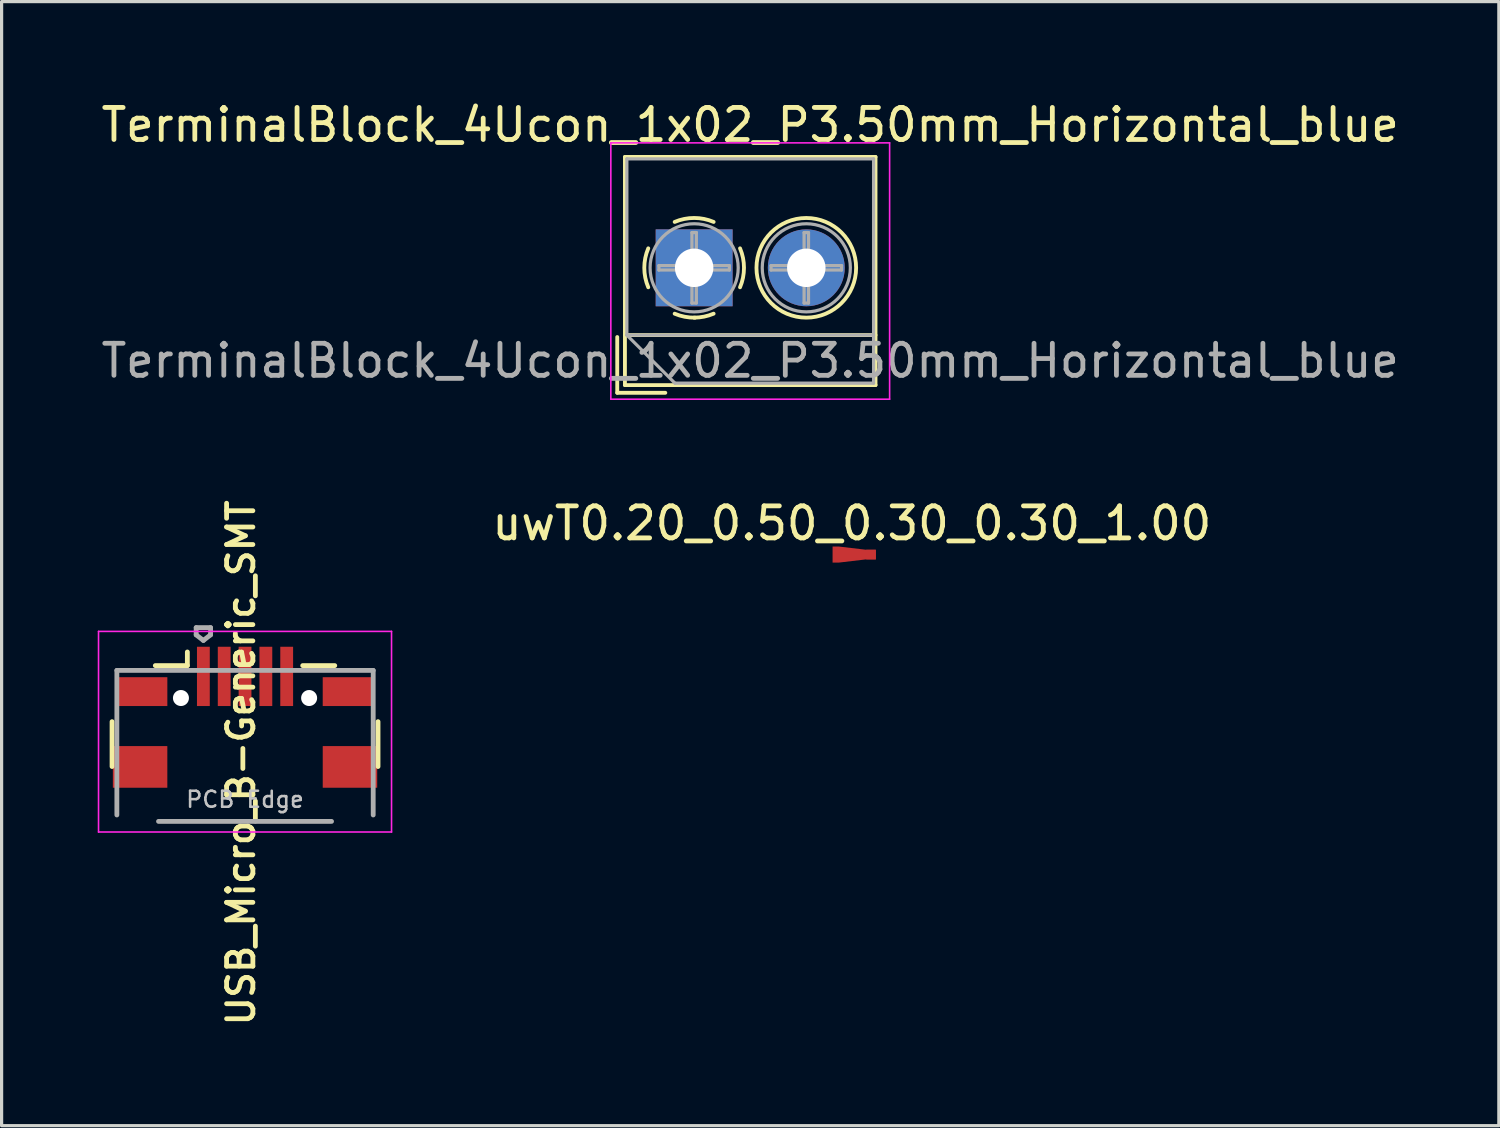
<source format=kicad_pcb>
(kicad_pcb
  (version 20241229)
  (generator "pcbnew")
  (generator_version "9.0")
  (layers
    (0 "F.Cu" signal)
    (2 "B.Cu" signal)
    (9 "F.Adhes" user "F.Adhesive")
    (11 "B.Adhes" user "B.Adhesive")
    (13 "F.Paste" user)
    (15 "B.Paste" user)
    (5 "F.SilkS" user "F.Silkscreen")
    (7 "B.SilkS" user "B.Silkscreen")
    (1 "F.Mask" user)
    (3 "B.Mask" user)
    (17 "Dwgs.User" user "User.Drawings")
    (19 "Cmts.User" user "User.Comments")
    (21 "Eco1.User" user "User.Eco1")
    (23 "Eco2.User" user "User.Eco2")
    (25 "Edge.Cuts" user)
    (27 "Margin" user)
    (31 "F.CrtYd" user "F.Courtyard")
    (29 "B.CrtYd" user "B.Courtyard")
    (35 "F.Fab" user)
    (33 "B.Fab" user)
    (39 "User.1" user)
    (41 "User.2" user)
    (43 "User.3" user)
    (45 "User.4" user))
  (footprint "USB_Micro_B-Generic_SMT"
    (layer "F.Cu")
    (at 4.597 20.884)
    (property "Reference" "USB_Micro_B-Generic_SMT" (at -0.127 -0.127 270) (layer "F.SilkS") (effects (font (size 0.82 0.82) (thickness 0.15))))
    (attr through_hole)
    (fp_line (start -4.15 -1.412) (end -4.15 -0.012) (stroke (width 0.15) (type solid)) (layer "F.SilkS"))
    (fp_line (start -1.8 -3.587) (end -1.8 -3.162) (stroke (width 0.15) (type solid)) (layer "F.SilkS"))
    (fp_line (start -1.8 -3.162) (end -2.8 -3.162) (stroke (width 0.15) (type solid)) (layer "F.SilkS"))
    (fp_line (start 1.8 -3.162) (end 2.8 -3.162) (stroke (width 0.15) (type solid)) (layer "F.SilkS"))
    (fp_line (start 4.15 -0.012) (end 4.15 -1.412) (stroke (width 0.15) (type solid)) (layer "F.SilkS"))
    (fp_line (start -4.572 -4.229) (end -4.572 2.032) (stroke (width 0.05) (type solid)) (layer "F.CrtYd"))
    (fp_line (start -4.572 2.032) (end 4.572 2.032) (stroke (width 0.05) (type solid)) (layer "F.CrtYd"))
    (fp_line (start 4.572 -4.229) (end -4.572 -4.229) (stroke (width 0.05) (type solid)) (layer "F.CrtYd"))
    (fp_line (start 4.572 2.032) (end 4.572 -4.229) (stroke (width 0.05) (type solid)) (layer "F.CrtYd"))
    (fp_line (start -4 -3.012) (end -4 1.5) (stroke (width 0.15) (type solid)) (layer "F.Fab"))
    (fp_line (start -2.7 1.7) (end 2.7 1.7) (stroke (width 0.15) (type solid)) (layer "F.Fab"))
    (fp_line (start -1.525 -4.347) (end -1.075 -4.347) (stroke (width 0.15) (type solid)) (layer "F.Fab"))
    (fp_line (start -1.525 -4.122) (end -1.525 -4.347) (stroke (width 0.15) (type solid)) (layer "F.Fab"))
    (fp_line (start -1.3 -3.947) (end -1.525 -4.122) (stroke (width 0.15) (type solid)) (layer "F.Fab"))
    (fp_line (start -1.075 -4.347) (end -1.075 -4.122) (stroke (width 0.15) (type solid)) (layer "F.Fab"))
    (fp_line (start -1.075 -4.122) (end -1.3 -3.947) (stroke (width 0.15) (type solid)) (layer "F.Fab"))
    (fp_line (start 4 -3.012) (end -4 -3.012) (stroke (width 0.15) (type solid)) (layer "F.Fab"))
    (fp_line (start 4 1.5) (end 4 -3.012) (stroke (width 0.15) (type solid)) (layer "F.Fab"))
    (fp_text user "PCB Edge" (at 0 1.016 0) (layer "Dwgs.User") (effects (font (size 0.5 0.5) (thickness 0.08))))
    (pad "" np_thru_hole oval (at -2 -2.15) (size 0.5 0.5) (drill 0.5) (layers "*.Cu" "*.Mask"))
    (pad "" np_thru_hole oval (at 2 -2.15) (size 0.5 0.5) (drill 0.5) (layers "*.Cu" "*.Mask"))
    (pad "1" smd rect (at -1.3 -2.825) (size 0.4 1.85) (layers "F.Cu" "F.Mask" "F.Paste"))
    (pad "2" smd rect (at -0.65 -2.825) (size 0.4 1.85) (layers "F.Cu" "F.Mask" "F.Paste"))
    (pad "3" smd rect (at 0 -2.825) (size 0.4 1.85) (layers "F.Cu" "F.Mask" "F.Paste"))
    (pad "4" smd rect (at 0.65 -2.825) (size 0.4 1.85) (layers "F.Cu" "F.Mask" "F.Paste"))
    (pad "5" smd rect (at 1.3 -2.825) (size 0.4 1.85) (layers "F.Cu" "F.Mask" "F.Paste"))
    (pad "6" smd rect (at -3.275 0) (size 1.7 1.3) (layers "F.Cu" "F.Mask" "F.Paste"))
    (pad "6" smd rect (at -3.237 -2.35) (size 1.625 0.9) (layers "F.Cu" "F.Mask" "F.Paste"))
    (pad "6" smd rect (at 3.237 -2.35) (size 1.625 0.9) (layers "F.Cu" "F.Mask" "F.Paste"))
    (pad "6" smd rect (at 3.275 0) (size 1.7 1.3) (layers "F.Cu" "F.Mask" "F.Paste")))
  (footprint "uwT0.20_0.50_0.30_0.30_1.00"
    (layer "F.Cu")
    (at 23.033 14.257)
    (property "Reference" "uwT0.20_0.50_0.30_0.30_1.00" (at 0.5 -0.975 0) (layer "F.SilkS") (effects (font (size 1 1) (thickness 0.15))))
    (attr exclude_from_pos_files exclude_from_bom)
    (pad "1" smd custom (at 0 0) (size 0.2 0.5) (layers "F.Cu") (options (anchor rect)) (primitives (gr_poly (pts (xy -0.1 -0.25) (xy 0.1 -0.25) (xy 0.95 -0.15) (xy 1.25 -0.15) (xy 1.25 0.15) (xy 0.95 0.15) (xy 0.1 0.25) (xy -0.1 0.25)) (width 0) (fill yes))))
    (pad "1" smd rect (at 1.1 0) (size 0.3 0.3) (layers "F.Cu")))
  (footprint "TerminalBlock_4Ucon_1x02_P3.50mm_Horizontal_blue"
    (layer "F.Cu")
    (at 18.613 5.308)
    (property "Reference" "TerminalBlock_4Ucon_1x02_P3.50mm_Horizontal_blue" (at 1.75 -4.46 0) (layer "F.SilkS") (effects (font (size 1 1) (thickness 0.15))))
    (attr through_hole)
    (fp_line (start -2.4 2.16) (end -2.4 3.9) (stroke (width 0.12) (type solid)) (layer "F.SilkS"))
    (fp_line (start -2.4 3.9) (end -0.9 3.9) (stroke (width 0.12) (type solid)) (layer "F.SilkS"))
    (fp_line (start -2.16 -3.46) (end -2.16 3.66) (stroke (width 0.12) (type solid)) (layer "F.SilkS"))
    (fp_line (start -2.16 -3.46) (end 5.66 -3.46) (stroke (width 0.12) (type solid)) (layer "F.SilkS"))
    (fp_line (start -2.16 2.1) (end 5.66 2.1) (stroke (width 0.12) (type solid)) (layer "F.SilkS"))
    (fp_line (start -2.16 3.66) (end 5.66 3.66) (stroke (width 0.12) (type solid)) (layer "F.SilkS"))
    (fp_line (start 5.66 -3.46) (end 5.66 3.66) (stroke (width 0.12) (type solid)) (layer "F.SilkS"))
    (fp_arc (start -1.432109 0.607742) (mid -1.555727 -0.00014) (end -1.432 -0.608) (stroke (width 0.12) (type solid)) (layer "F.SilkS"))
    (fp_arc (start -0.607742 -1.432109) (mid 0.00014 -1.555727) (end 0.608 -1.432) (stroke (width 0.12) (type solid)) (layer "F.SilkS"))
    (fp_arc (start 0.027011 1.555493) (mid -0.296984 1.527118) (end -0.608 1.432) (stroke (width 0.12) (type solid)) (layer "F.SilkS"))
    (fp_arc (start 0.607587 1.431385) (mid 0.310017 1.523783) (end 0 1.555) (stroke (width 0.12) (type solid)) (layer "F.SilkS"))
    (fp_arc (start 1.432109 -0.607742) (mid 1.555727 0.00014) (end 1.432 0.608) (stroke (width 0.12) (type solid)) (layer "F.SilkS"))
    (fp_circle (center 3.5 0) (end 5.055 0) (stroke (width 0.12) (type solid)) (fill no) (layer "F.SilkS"))
    (fp_line (start -2.6 -3.9) (end -2.6 4.1) (stroke (width 0.05) (type solid)) (layer "F.CrtYd"))
    (fp_line (start -2.6 4.1) (end 6.1 4.1) (stroke (width 0.05) (type solid)) (layer "F.CrtYd"))
    (fp_line (start 6.1 -3.9) (end -2.6 -3.9) (stroke (width 0.05) (type solid)) (layer "F.CrtYd"))
    (fp_line (start 6.1 4.1) (end 6.1 -3.9) (stroke (width 0.05) (type solid)) (layer "F.CrtYd"))
    (fp_line (start -2.1 -3.4) (end 5.6 -3.4) (stroke (width 0.1) (type solid)) (layer "F.Fab"))
    (fp_line (start -2.1 2.1) (end -2.1 -3.4) (stroke (width 0.1) (type solid)) (layer "F.Fab"))
    (fp_line (start -2.1 2.1) (end 5.6 2.1) (stroke (width 0.1) (type solid)) (layer "F.Fab"))
    (fp_line (start -1.1 -0.069) (end -0.069 -0.069) (stroke (width 0.1) (type solid)) (layer "F.Fab"))
    (fp_line (start -1.1 0.069) (end -1.1 -0.069) (stroke (width 0.1) (type solid)) (layer "F.Fab"))
    (fp_line (start -0.6 3.6) (end -2.1 2.1) (stroke (width 0.1) (type solid)) (layer "F.Fab"))
    (fp_line (start -0.069 -1.1) (end 0.069 -1.1) (stroke (width 0.1) (type solid)) (layer "F.Fab"))
    (fp_line (start -0.069 -0.069) (end -0.069 -1.1) (stroke (width 0.1) (type solid)) (layer "F.Fab"))
    (fp_line (start -0.069 0.069) (end -1.1 0.069) (stroke (width 0.1) (type solid)) (layer "F.Fab"))
    (fp_line (start -0.069 1.1) (end -0.069 0.069) (stroke (width 0.1) (type solid)) (layer "F.Fab"))
    (fp_line (start 0.069 -1.1) (end 0.069 -0.069) (stroke (width 0.1) (type solid)) (layer "F.Fab"))
    (fp_line (start 0.069 -0.069) (end 1.1 -0.069) (stroke (width 0.1) (type solid)) (layer "F.Fab"))
    (fp_line (start 0.069 0.069) (end 0.069 1.1) (stroke (width 0.1) (type solid)) (layer "F.Fab"))
    (fp_line (start 0.069 1.1) (end -0.069 1.1) (stroke (width 0.1) (type solid)) (layer "F.Fab"))
    (fp_line (start 1.1 -0.069) (end 1.1 0.069) (stroke (width 0.1) (type solid)) (layer "F.Fab"))
    (fp_line (start 1.1 0.069) (end 0.069 0.069) (stroke (width 0.1) (type solid)) (layer "F.Fab"))
    (fp_line (start 2.4 -0.069) (end 3.431 -0.069) (stroke (width 0.1) (type solid)) (layer "F.Fab"))
    (fp_line (start 2.4 0.069) (end 2.4 -0.069) (stroke (width 0.1) (type solid)) (layer "F.Fab"))
    (fp_line (start 3.431 -1.1) (end 3.569 -1.1) (stroke (width 0.1) (type solid)) (layer "F.Fab"))
    (fp_line (start 3.431 -0.069) (end 3.431 -1.1) (stroke (width 0.1) (type solid)) (layer "F.Fab"))
    (fp_line (start 3.431 0.069) (end 2.4 0.069) (stroke (width 0.1) (type solid)) (layer "F.Fab"))
    (fp_line (start 3.431 1.1) (end 3.431 0.069) (stroke (width 0.1) (type solid)) (layer "F.Fab"))
    (fp_line (start 3.569 -1.1) (end 3.569 -0.069) (stroke (width 0.1) (type solid)) (layer "F.Fab"))
    (fp_line (start 3.569 -0.069) (end 4.6 -0.069) (stroke (width 0.1) (type solid)) (layer "F.Fab"))
    (fp_line (start 3.569 0.069) (end 3.569 1.1) (stroke (width 0.1) (type solid)) (layer "F.Fab"))
    (fp_line (start 3.569 1.1) (end 3.431 1.1) (stroke (width 0.1) (type solid)) (layer "F.Fab"))
    (fp_line (start 4.6 -0.069) (end 4.6 0.069) (stroke (width 0.1) (type solid)) (layer "F.Fab"))
    (fp_line (start 4.6 0.069) (end 3.569 0.069) (stroke (width 0.1) (type solid)) (layer "F.Fab"))
    (fp_line (start 5.6 -3.4) (end 5.6 3.6) (stroke (width 0.1) (type solid)) (layer "F.Fab"))
    (fp_line (start 5.6 3.6) (end -0.6 3.6) (stroke (width 0.1) (type solid)) (layer "F.Fab"))
    (fp_circle (center 0 0) (end 1.375 0) (stroke (width 0.1) (type solid)) (fill no) (layer "F.Fab"))
    (fp_circle (center 3.5 0) (end 4.875 0) (stroke (width 0.1) (type solid)) (fill no) (layer "F.Fab"))
    (fp_text user "${REFERENCE}" (at 1.75 2.9 0) (layer "F.Fab") (effects (font (size 1 1) (thickness 0.15))))
    (pad "1" thru_hole rect (at 0 0) (size 2.4 2.4) (drill 1.2) (layers "*.Cu" "*.Mask"))
    (pad "2" thru_hole circle (at 3.5 0) (size 2.4 2.4) (drill 1.2) (layers "*.Cu" "*.Mask")))
  (gr_rect
    (start -3 -3)
    (end 43.726 32.08)
    (stroke (width 0.1) (type default))
    (fill no)
    (layer "Edge.Cuts")))
</source>
